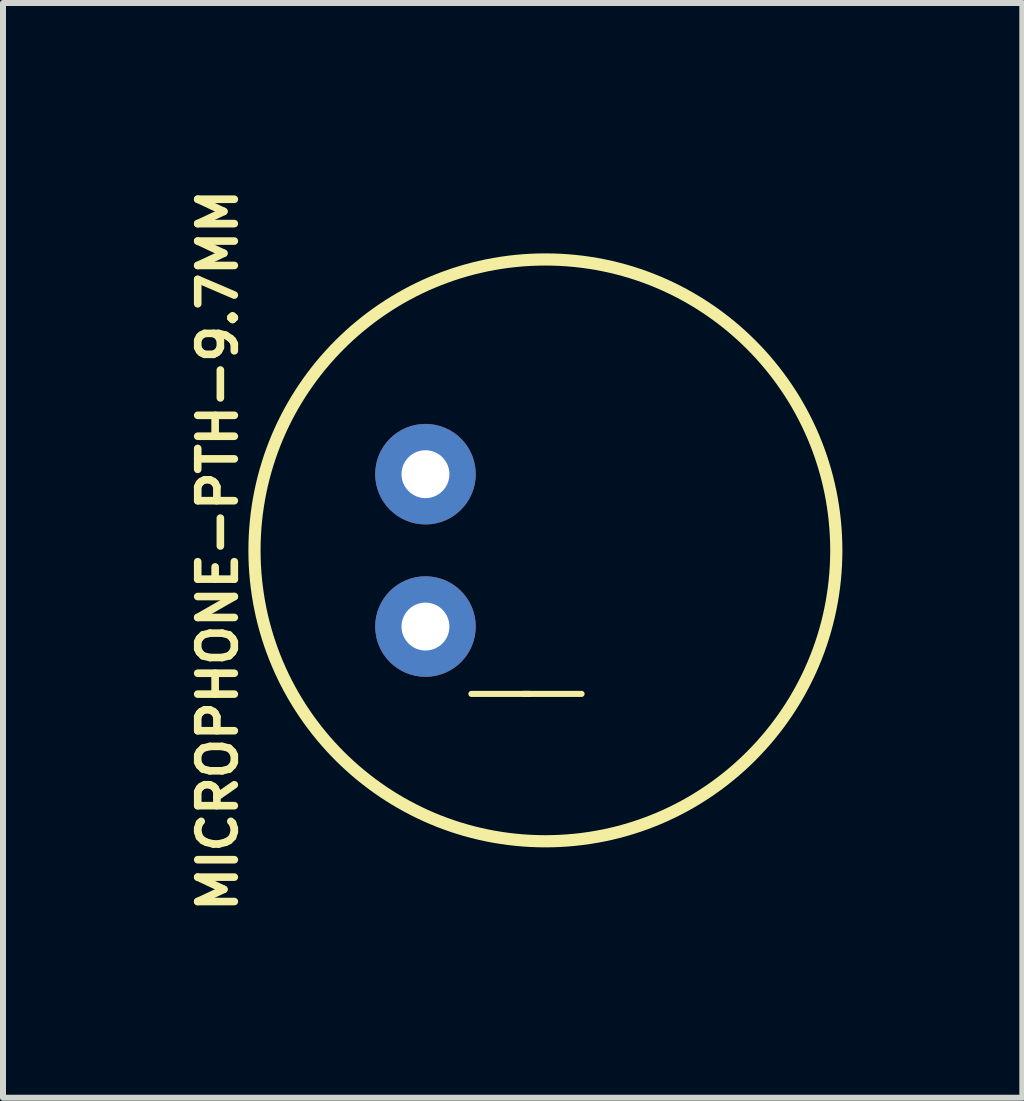
<source format=kicad_pcb>
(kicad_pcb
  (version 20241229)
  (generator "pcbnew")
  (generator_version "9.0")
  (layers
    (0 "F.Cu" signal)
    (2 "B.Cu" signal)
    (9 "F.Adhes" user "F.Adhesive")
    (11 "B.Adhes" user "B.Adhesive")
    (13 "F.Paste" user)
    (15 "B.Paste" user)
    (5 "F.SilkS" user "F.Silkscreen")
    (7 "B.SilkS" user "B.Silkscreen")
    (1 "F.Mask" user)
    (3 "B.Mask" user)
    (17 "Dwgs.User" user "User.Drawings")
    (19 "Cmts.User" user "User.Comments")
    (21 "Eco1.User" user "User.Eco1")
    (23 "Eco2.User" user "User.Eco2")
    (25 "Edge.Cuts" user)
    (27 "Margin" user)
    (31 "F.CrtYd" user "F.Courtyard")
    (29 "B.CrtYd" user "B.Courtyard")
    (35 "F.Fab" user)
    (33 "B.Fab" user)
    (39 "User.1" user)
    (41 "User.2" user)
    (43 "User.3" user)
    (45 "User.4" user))
  (footprint "MICROPHONE-PTH-9.7MM"
    (layer "F.Cu")
    (at 6.041 6.124)
    (property "Reference" "MICROPHONE-PTH-9.7MM" (at -5.461 0 90) (layer "F.SilkS") (effects (font (size 0.61 0.61) (thickness 0.127))))
    (attr exclude_from_pos_files exclude_from_bom)
    (fp_circle (center 0 0) (end 0 -4.849) (stroke (width 0.203) (type solid)) (fill no) (layer "F.SilkS"))
    (fp_text user "-" (at 0.119 2.294 0) (layer "F.SilkS") (effects (font (size 1.27 1.27) (thickness 0.102)) (justify mirror)))
    (fp_text user "-" (at -0.749 2.294 0) (layer "F.SilkS") (effects (font (size 1.27 1.27) (thickness 0.102))))
    (pad "GND" thru_hole circle (at -1.999 1.27) (size 1.676 1.676) (drill 0.798) (layers "*.Cu" "*.Mask"))
    (pad "OUT" thru_hole circle (at -1.999 -1.27) (size 1.676 1.676) (drill 0.798) (layers "*.Cu" "*.Mask")))
  (gr_rect
    (start -3 -3)
    (end 13.991 15.248)
    (stroke (width 0.1) (type default))
    (fill no)
    (layer "Edge.Cuts")))
</source>
